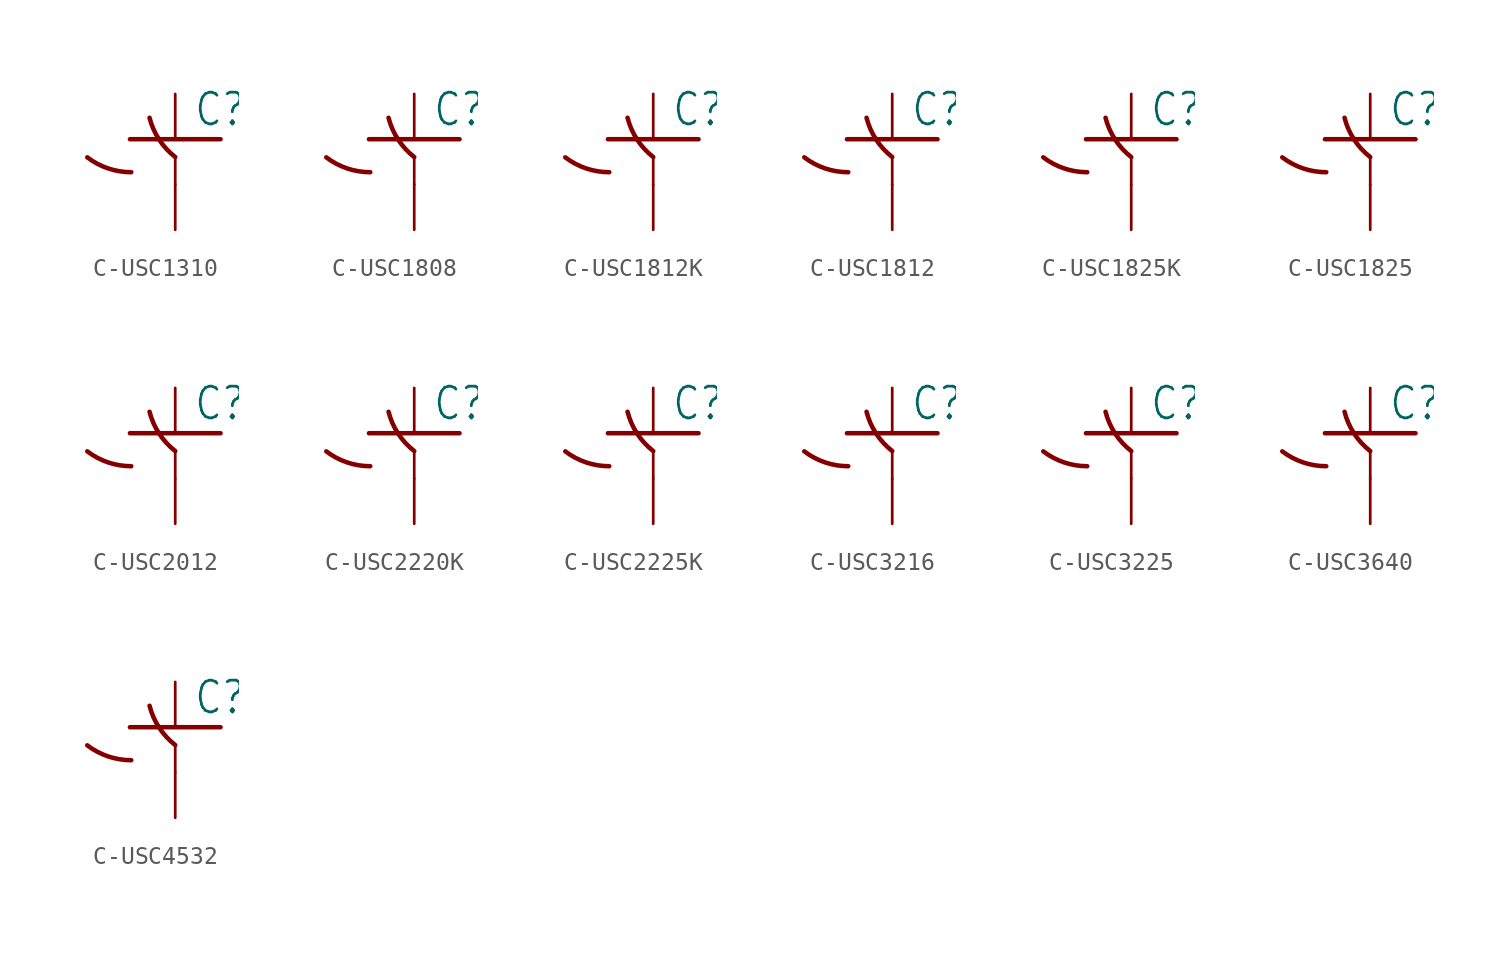
<source format=kicad_sym>
(kicad_symbol_lib
  (version 20241209)
  (generator "kicad_symbol_editor")
  (generator_version "9.0")
  (symbol "C-USC1310"
    (property "Reference" "C"
      (at 1.016 0.635 0)
      (effects (font (size 1.778 1.511)) (justify left bottom)))
    (property "Value" ""
      (at 1.016 -4.191 0)
      (effects (font (size 1.778 1.511)) (justify left bottom)))
    (property "ki_locked" ""
      (at 0 0 0)
      (effects (font (size 1.27 1.27))))
    (symbol "C-USC1310_1_0"
      (polyline (pts (xy -2.54 0) (xy 2.54 0)) (stroke (width 0.254) (type solid)) (fill (type none)))
      (arc (start -2.4668 -1.8504) (mid -3.7688 -1.6361) (end -4.9335 -1.016) (stroke (width 0.254) (type solid)) (fill (type none)))
      (polyline (pts (xy 0 -1.016) (xy 0 -2.54)) (stroke (width 0.152) (type solid)) (fill (type none)))
      (arc (start 0 -1) (mid -0.9038 -0.0189) (end -1.4403 1.2025) (stroke (width 0.254) (type solid)) (fill (type none)))
      (pin passive line (at 0 2.54 270) (length 2.54) (name "1" (effects (font (size 0 0)))) (number "1" (effects (font (size 0 0)))))
      (pin passive line (at 0 -5.08 90) (length 2.54) (name "2" (effects (font (size 0 0)))) (number "2" (effects (font (size 0 0)))))))
  (symbol "C-USC1808"
    (property "Reference" "C"
      (at 1.016 0.635 0)
      (effects (font (size 1.778 1.511)) (justify left bottom)))
    (property "Value" ""
      (at 1.016 -4.191 0)
      (effects (font (size 1.778 1.511)) (justify left bottom)))
    (property "ki_locked" ""
      (at 0 0 0)
      (effects (font (size 1.27 1.27))))
    (symbol "C-USC1808_1_0"
      (polyline (pts (xy -2.54 0) (xy 2.54 0)) (stroke (width 0.254) (type solid)) (fill (type none)))
      (arc (start -2.4668 -1.8504) (mid -3.7688 -1.6361) (end -4.9335 -1.016) (stroke (width 0.254) (type solid)) (fill (type none)))
      (polyline (pts (xy 0 -1.016) (xy 0 -2.54)) (stroke (width 0.152) (type solid)) (fill (type none)))
      (arc (start 0 -1) (mid -0.9038 -0.0189) (end -1.4403 1.2025) (stroke (width 0.254) (type solid)) (fill (type none)))
      (pin passive line (at 0 2.54 270) (length 2.54) (name "1" (effects (font (size 0 0)))) (number "1" (effects (font (size 0 0)))))
      (pin passive line (at 0 -5.08 90) (length 2.54) (name "2" (effects (font (size 0 0)))) (number "2" (effects (font (size 0 0)))))))
  (symbol "C-USC1812K"
    (property "Reference" "C"
      (at 1.016 0.635 0)
      (effects (font (size 1.778 1.511)) (justify left bottom)))
    (property "Value" ""
      (at 1.016 -4.191 0)
      (effects (font (size 1.778 1.511)) (justify left bottom)))
    (property "ki_locked" ""
      (at 0 0 0)
      (effects (font (size 1.27 1.27))))
    (symbol "C-USC1812K_1_0"
      (polyline (pts (xy -2.54 0) (xy 2.54 0)) (stroke (width 0.254) (type solid)) (fill (type none)))
      (arc (start -2.4668 -1.8504) (mid -3.7688 -1.6361) (end -4.9335 -1.016) (stroke (width 0.254) (type solid)) (fill (type none)))
      (polyline (pts (xy 0 -1.016) (xy 0 -2.54)) (stroke (width 0.152) (type solid)) (fill (type none)))
      (arc (start 0 -1) (mid -0.9038 -0.0189) (end -1.4403 1.2025) (stroke (width 0.254) (type solid)) (fill (type none)))
      (pin passive line (at 0 2.54 270) (length 2.54) (name "1" (effects (font (size 0 0)))) (number "1" (effects (font (size 0 0)))))
      (pin passive line (at 0 -5.08 90) (length 2.54) (name "2" (effects (font (size 0 0)))) (number "2" (effects (font (size 0 0)))))))
  (symbol "C-USC1812"
    (property "Reference" "C"
      (at 1.016 0.635 0)
      (effects (font (size 1.778 1.511)) (justify left bottom)))
    (property "Value" ""
      (at 1.016 -4.191 0)
      (effects (font (size 1.778 1.511)) (justify left bottom)))
    (property "ki_locked" ""
      (at 0 0 0)
      (effects (font (size 1.27 1.27))))
    (symbol "C-USC1812_1_0"
      (polyline (pts (xy -2.54 0) (xy 2.54 0)) (stroke (width 0.254) (type solid)) (fill (type none)))
      (arc (start -2.4668 -1.8504) (mid -3.7688 -1.6361) (end -4.9335 -1.016) (stroke (width 0.254) (type solid)) (fill (type none)))
      (polyline (pts (xy 0 -1.016) (xy 0 -2.54)) (stroke (width 0.152) (type solid)) (fill (type none)))
      (arc (start 0 -1) (mid -0.9038 -0.0189) (end -1.4403 1.2025) (stroke (width 0.254) (type solid)) (fill (type none)))
      (pin passive line (at 0 2.54 270) (length 2.54) (name "1" (effects (font (size 0 0)))) (number "1" (effects (font (size 0 0)))))
      (pin passive line (at 0 -5.08 90) (length 2.54) (name "2" (effects (font (size 0 0)))) (number "2" (effects (font (size 0 0)))))))
  (symbol "C-USC1825K"
    (property "Reference" "C"
      (at 1.016 0.635 0)
      (effects (font (size 1.778 1.511)) (justify left bottom)))
    (property "Value" ""
      (at 1.016 -4.191 0)
      (effects (font (size 1.778 1.511)) (justify left bottom)))
    (property "ki_locked" ""
      (at 0 0 0)
      (effects (font (size 1.27 1.27))))
    (symbol "C-USC1825K_1_0"
      (polyline (pts (xy -2.54 0) (xy 2.54 0)) (stroke (width 0.254) (type solid)) (fill (type none)))
      (arc (start -2.4668 -1.8504) (mid -3.7688 -1.6361) (end -4.9335 -1.016) (stroke (width 0.254) (type solid)) (fill (type none)))
      (polyline (pts (xy 0 -1.016) (xy 0 -2.54)) (stroke (width 0.152) (type solid)) (fill (type none)))
      (arc (start 0 -1) (mid -0.9038 -0.0189) (end -1.4403 1.2025) (stroke (width 0.254) (type solid)) (fill (type none)))
      (pin passive line (at 0 2.54 270) (length 2.54) (name "1" (effects (font (size 0 0)))) (number "1" (effects (font (size 0 0)))))
      (pin passive line (at 0 -5.08 90) (length 2.54) (name "2" (effects (font (size 0 0)))) (number "2" (effects (font (size 0 0)))))))
  (symbol "C-USC1825"
    (property "Reference" "C"
      (at 1.016 0.635 0)
      (effects (font (size 1.778 1.511)) (justify left bottom)))
    (property "Value" ""
      (at 1.016 -4.191 0)
      (effects (font (size 1.778 1.511)) (justify left bottom)))
    (property "ki_locked" ""
      (at 0 0 0)
      (effects (font (size 1.27 1.27))))
    (symbol "C-USC1825_1_0"
      (polyline (pts (xy -2.54 0) (xy 2.54 0)) (stroke (width 0.254) (type solid)) (fill (type none)))
      (arc (start -2.4668 -1.8504) (mid -3.7688 -1.6361) (end -4.9335 -1.016) (stroke (width 0.254) (type solid)) (fill (type none)))
      (polyline (pts (xy 0 -1.016) (xy 0 -2.54)) (stroke (width 0.152) (type solid)) (fill (type none)))
      (arc (start 0 -1) (mid -0.9038 -0.0189) (end -1.4403 1.2025) (stroke (width 0.254) (type solid)) (fill (type none)))
      (pin passive line (at 0 2.54 270) (length 2.54) (name "1" (effects (font (size 0 0)))) (number "1" (effects (font (size 0 0)))))
      (pin passive line (at 0 -5.08 90) (length 2.54) (name "2" (effects (font (size 0 0)))) (number "2" (effects (font (size 0 0)))))))
  (symbol "C-USC2012"
    (property "Reference" "C"
      (at 1.016 0.635 0)
      (effects (font (size 1.778 1.511)) (justify left bottom)))
    (property "Value" ""
      (at 1.016 -4.191 0)
      (effects (font (size 1.778 1.511)) (justify left bottom)))
    (property "ki_locked" ""
      (at 0 0 0)
      (effects (font (size 1.27 1.27))))
    (symbol "C-USC2012_1_0"
      (polyline (pts (xy -2.54 0) (xy 2.54 0)) (stroke (width 0.254) (type solid)) (fill (type none)))
      (arc (start -2.4668 -1.8504) (mid -3.7688 -1.6361) (end -4.9335 -1.016) (stroke (width 0.254) (type solid)) (fill (type none)))
      (polyline (pts (xy 0 -1.016) (xy 0 -2.54)) (stroke (width 0.152) (type solid)) (fill (type none)))
      (arc (start 0 -1) (mid -0.9038 -0.0189) (end -1.4403 1.2025) (stroke (width 0.254) (type solid)) (fill (type none)))
      (pin passive line (at 0 2.54 270) (length 2.54) (name "1" (effects (font (size 0 0)))) (number "1" (effects (font (size 0 0)))))
      (pin passive line (at 0 -5.08 90) (length 2.54) (name "2" (effects (font (size 0 0)))) (number "2" (effects (font (size 0 0)))))))
  (symbol "C-USC2220K"
    (property "Reference" "C"
      (at 1.016 0.635 0)
      (effects (font (size 1.778 1.511)) (justify left bottom)))
    (property "Value" ""
      (at 1.016 -4.191 0)
      (effects (font (size 1.778 1.511)) (justify left bottom)))
    (property "ki_locked" ""
      (at 0 0 0)
      (effects (font (size 1.27 1.27))))
    (symbol "C-USC2220K_1_0"
      (polyline (pts (xy -2.54 0) (xy 2.54 0)) (stroke (width 0.254) (type solid)) (fill (type none)))
      (arc (start -2.4668 -1.8504) (mid -3.7688 -1.6361) (end -4.9335 -1.016) (stroke (width 0.254) (type solid)) (fill (type none)))
      (polyline (pts (xy 0 -1.016) (xy 0 -2.54)) (stroke (width 0.152) (type solid)) (fill (type none)))
      (arc (start 0 -1) (mid -0.9038 -0.0189) (end -1.4403 1.2025) (stroke (width 0.254) (type solid)) (fill (type none)))
      (pin passive line (at 0 2.54 270) (length 2.54) (name "1" (effects (font (size 0 0)))) (number "1" (effects (font (size 0 0)))))
      (pin passive line (at 0 -5.08 90) (length 2.54) (name "2" (effects (font (size 0 0)))) (number "2" (effects (font (size 0 0)))))))
  (symbol "C-USC2225K"
    (property "Reference" "C"
      (at 1.016 0.635 0)
      (effects (font (size 1.778 1.511)) (justify left bottom)))
    (property "Value" ""
      (at 1.016 -4.191 0)
      (effects (font (size 1.778 1.511)) (justify left bottom)))
    (property "ki_locked" ""
      (at 0 0 0)
      (effects (font (size 1.27 1.27))))
    (symbol "C-USC2225K_1_0"
      (polyline (pts (xy -2.54 0) (xy 2.54 0)) (stroke (width 0.254) (type solid)) (fill (type none)))
      (arc (start -2.4668 -1.8504) (mid -3.7688 -1.6361) (end -4.9335 -1.016) (stroke (width 0.254) (type solid)) (fill (type none)))
      (polyline (pts (xy 0 -1.016) (xy 0 -2.54)) (stroke (width 0.152) (type solid)) (fill (type none)))
      (arc (start 0 -1) (mid -0.9038 -0.0189) (end -1.4403 1.2025) (stroke (width 0.254) (type solid)) (fill (type none)))
      (pin passive line (at 0 2.54 270) (length 2.54) (name "1" (effects (font (size 0 0)))) (number "1" (effects (font (size 0 0)))))
      (pin passive line (at 0 -5.08 90) (length 2.54) (name "2" (effects (font (size 0 0)))) (number "2" (effects (font (size 0 0)))))))
  (symbol "C-USC3216"
    (property "Reference" "C"
      (at 1.016 0.635 0)
      (effects (font (size 1.778 1.511)) (justify left bottom)))
    (property "Value" ""
      (at 1.016 -4.191 0)
      (effects (font (size 1.778 1.511)) (justify left bottom)))
    (property "ki_locked" ""
      (at 0 0 0)
      (effects (font (size 1.27 1.27))))
    (symbol "C-USC3216_1_0"
      (polyline (pts (xy -2.54 0) (xy 2.54 0)) (stroke (width 0.254) (type solid)) (fill (type none)))
      (arc (start -2.4668 -1.8504) (mid -3.7688 -1.6361) (end -4.9335 -1.016) (stroke (width 0.254) (type solid)) (fill (type none)))
      (polyline (pts (xy 0 -1.016) (xy 0 -2.54)) (stroke (width 0.152) (type solid)) (fill (type none)))
      (arc (start 0 -1) (mid -0.9038 -0.0189) (end -1.4403 1.2025) (stroke (width 0.254) (type solid)) (fill (type none)))
      (pin passive line (at 0 2.54 270) (length 2.54) (name "1" (effects (font (size 0 0)))) (number "1" (effects (font (size 0 0)))))
      (pin passive line (at 0 -5.08 90) (length 2.54) (name "2" (effects (font (size 0 0)))) (number "2" (effects (font (size 0 0)))))))
  (symbol "C-USC3225"
    (property "Reference" "C"
      (at 1.016 0.635 0)
      (effects (font (size 1.778 1.511)) (justify left bottom)))
    (property "Value" ""
      (at 1.016 -4.191 0)
      (effects (font (size 1.778 1.511)) (justify left bottom)))
    (property "ki_locked" ""
      (at 0 0 0)
      (effects (font (size 1.27 1.27))))
    (symbol "C-USC3225_1_0"
      (polyline (pts (xy -2.54 0) (xy 2.54 0)) (stroke (width 0.254) (type solid)) (fill (type none)))
      (arc (start -2.4668 -1.8504) (mid -3.7688 -1.6361) (end -4.9335 -1.016) (stroke (width 0.254) (type solid)) (fill (type none)))
      (polyline (pts (xy 0 -1.016) (xy 0 -2.54)) (stroke (width 0.152) (type solid)) (fill (type none)))
      (arc (start 0 -1) (mid -0.9038 -0.0189) (end -1.4403 1.2025) (stroke (width 0.254) (type solid)) (fill (type none)))
      (pin passive line (at 0 2.54 270) (length 2.54) (name "1" (effects (font (size 0 0)))) (number "1" (effects (font (size 0 0)))))
      (pin passive line (at 0 -5.08 90) (length 2.54) (name "2" (effects (font (size 0 0)))) (number "2" (effects (font (size 0 0)))))))
  (symbol "C-USC3640"
    (property "Reference" "C"
      (at 1.016 0.635 0)
      (effects (font (size 1.778 1.511)) (justify left bottom)))
    (property "Value" ""
      (at 1.016 -4.191 0)
      (effects (font (size 1.778 1.511)) (justify left bottom)))
    (property "ki_locked" ""
      (at 0 0 0)
      (effects (font (size 1.27 1.27))))
    (symbol "C-USC3640_1_0"
      (polyline (pts (xy -2.54 0) (xy 2.54 0)) (stroke (width 0.254) (type solid)) (fill (type none)))
      (arc (start -2.4668 -1.8504) (mid -3.7688 -1.6361) (end -4.9335 -1.016) (stroke (width 0.254) (type solid)) (fill (type none)))
      (polyline (pts (xy 0 -1.016) (xy 0 -2.54)) (stroke (width 0.152) (type solid)) (fill (type none)))
      (arc (start 0 -1) (mid -0.9038 -0.0189) (end -1.4403 1.2025) (stroke (width 0.254) (type solid)) (fill (type none)))
      (pin passive line (at 0 2.54 270) (length 2.54) (name "1" (effects (font (size 0 0)))) (number "1" (effects (font (size 0 0)))))
      (pin passive line (at 0 -5.08 90) (length 2.54) (name "2" (effects (font (size 0 0)))) (number "2" (effects (font (size 0 0)))))))
  (symbol "C-USC4532"
    (property "Reference" "C"
      (at 1.016 0.635 0)
      (effects (font (size 1.778 1.511)) (justify left bottom)))
    (property "Value" ""
      (at 1.016 -4.191 0)
      (effects (font (size 1.778 1.511)) (justify left bottom)))
    (property "ki_locked" ""
      (at 0 0 0)
      (effects (font (size 1.27 1.27))))
    (symbol "C-USC4532_1_0"
      (polyline (pts (xy -2.54 0) (xy 2.54 0)) (stroke (width 0.254) (type solid)) (fill (type none)))
      (arc (start -2.4668 -1.8504) (mid -3.7688 -1.6361) (end -4.9335 -1.016) (stroke (width 0.254) (type solid)) (fill (type none)))
      (polyline (pts (xy 0 -1.016) (xy 0 -2.54)) (stroke (width 0.152) (type solid)) (fill (type none)))
      (arc (start 0 -1) (mid -0.9038 -0.0189) (end -1.4403 1.2025) (stroke (width 0.254) (type solid)) (fill (type none)))
      (pin passive line (at 0 2.54 270) (length 2.54) (name "1" (effects (font (size 0 0)))) (number "1" (effects (font (size 0 0)))))
      (pin passive line (at 0 -5.08 90) (length 2.54) (name "2" (effects (font (size 0 0)))) (number "2" (effects (font (size 0 0))))))))
</source>
